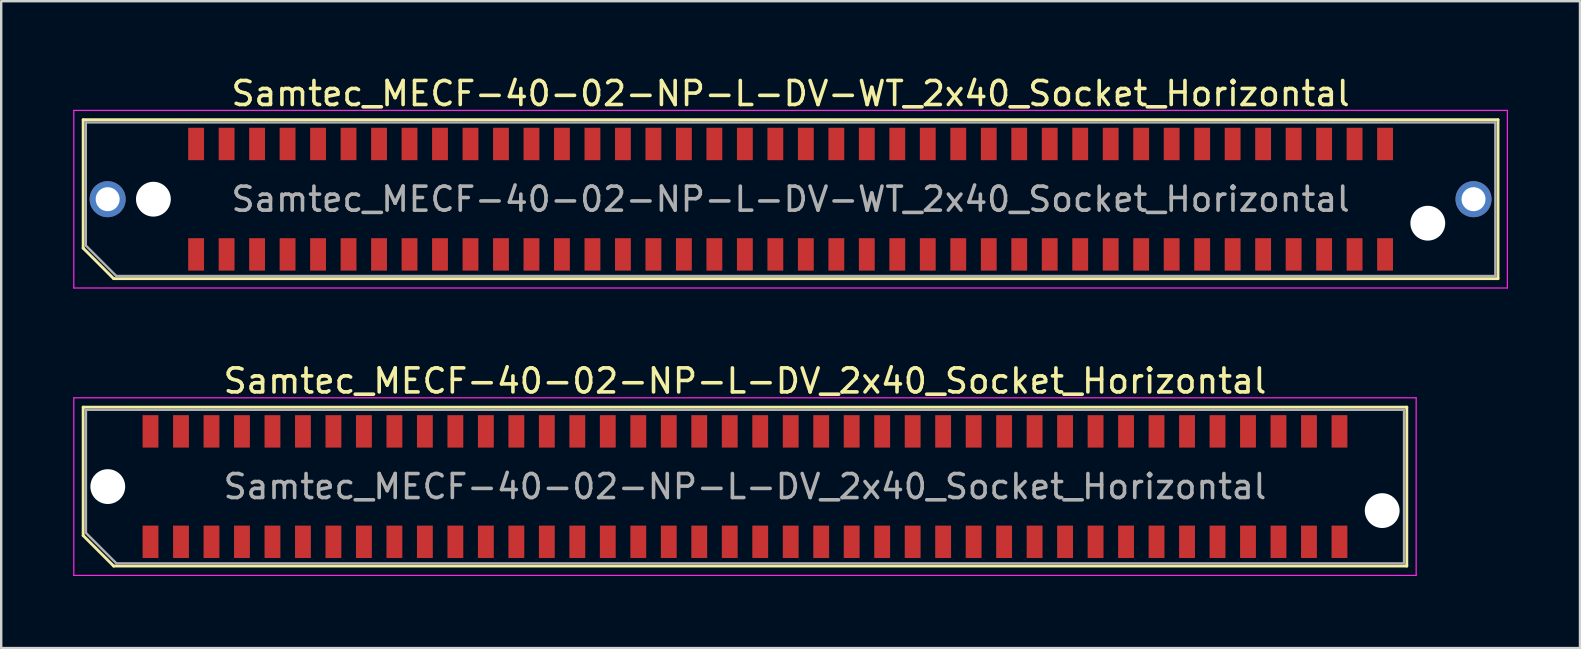
<source format=kicad_pcb>
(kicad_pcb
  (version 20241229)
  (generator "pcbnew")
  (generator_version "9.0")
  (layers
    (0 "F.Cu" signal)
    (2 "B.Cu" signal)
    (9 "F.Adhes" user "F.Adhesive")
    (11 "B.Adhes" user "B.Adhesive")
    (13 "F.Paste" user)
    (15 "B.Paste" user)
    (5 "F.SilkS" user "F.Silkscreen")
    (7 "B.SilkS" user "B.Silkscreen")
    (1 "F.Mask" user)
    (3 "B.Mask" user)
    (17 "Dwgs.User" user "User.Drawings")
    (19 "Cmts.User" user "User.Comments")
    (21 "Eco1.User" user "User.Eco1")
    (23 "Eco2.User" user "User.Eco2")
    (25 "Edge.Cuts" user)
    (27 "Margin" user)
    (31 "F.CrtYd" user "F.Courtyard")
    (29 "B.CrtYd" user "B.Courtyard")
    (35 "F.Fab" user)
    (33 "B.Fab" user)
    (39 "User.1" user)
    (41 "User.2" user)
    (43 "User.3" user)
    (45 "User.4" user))
  (footprint "Samtec_MECF-40-02-NP-L-DV_2x40_Socket_Horizontal"
    (layer "F.Cu")
    (at 27.985 17.221)
    (property "Reference" "Samtec_MECF-40-02-NP-L-DV_2x40_Socket_Horizontal" (at 0 -4.4 0) (layer "F.SilkS") (effects (font (size 1 1) (thickness 0.15))))
    (attr smd)
    (fp_line (start -27.57 -3.31) (end 27.57 -3.31) (stroke (width 0.12) (type solid)) (layer "F.SilkS"))
    (fp_line (start -27.57 2.04) (end -27.57 -3.31) (stroke (width 0.12) (type solid)) (layer "F.SilkS"))
    (fp_line (start -26.3 3.31) (end -27.57 2.04) (stroke (width 0.12) (type solid)) (layer "F.SilkS"))
    (fp_line (start -26.3 3.31) (end 27.57 3.31) (stroke (width 0.12) (type solid)) (layer "F.SilkS"))
    (fp_line (start 27.57 3.31) (end 27.57 -3.31) (stroke (width 0.12) (type solid)) (layer "F.SilkS"))
    (fp_line (start -27.96 -3.7) (end -27.96 3.7) (stroke (width 0.05) (type solid)) (layer "F.CrtYd"))
    (fp_line (start -27.96 3.7) (end 27.96 3.7) (stroke (width 0.05) (type solid)) (layer "F.CrtYd"))
    (fp_line (start 27.96 -3.7) (end -27.96 -3.7) (stroke (width 0.05) (type solid)) (layer "F.CrtYd"))
    (fp_line (start 27.96 3.7) (end 27.96 -3.7) (stroke (width 0.05) (type solid)) (layer "F.CrtYd"))
    (fp_line (start -27.455 -3.2) (end 27.455 -3.2) (stroke (width 0.1) (type solid)) (layer "F.Fab"))
    (fp_line (start -27.455 1.93) (end -27.455 -3.2) (stroke (width 0.1) (type solid)) (layer "F.Fab"))
    (fp_line (start -27.455 1.93) (end -26.185 3.2) (stroke (width 0.1) (type solid)) (layer "F.Fab"))
    (fp_line (start -26.185 3.2) (end 27.455 3.2) (stroke (width 0.1) (type solid)) (layer "F.Fab"))
    (fp_line (start 27.455 3.2) (end 27.455 -3.2) (stroke (width 0.1) (type solid)) (layer "F.Fab"))
    (fp_text user "${REFERENCE}" (at 0 0 0) (layer "F.Fab") (effects (font (size 1 1) (thickness 0.15))))
    (pad "" np_thru_hole circle (at -26.545 0) (size 1.45 1.45) (drill 1.45) (layers "*.Cu" "*.Mask"))
    (pad "" np_thru_hole circle (at 26.545 1) (size 1.45 1.45) (drill 1.45) (layers "*.Cu" "*.Mask"))
    (pad "1" smd rect (at -24.765 2.3) (size 0.66 1.35) (layers "F.Cu" "F.Mask" "F.Paste"))
    (pad "2" smd rect (at -24.765 -2.3) (size 0.66 1.35) (layers "F.Cu" "F.Mask" "F.Paste"))
    (pad "3" smd rect (at -23.495 2.3) (size 0.66 1.35) (layers "F.Cu" "F.Mask" "F.Paste"))
    (pad "4" smd rect (at -23.495 -2.3) (size 0.66 1.35) (layers "F.Cu" "F.Mask" "F.Paste"))
    (pad "5" smd rect (at -22.225 2.3) (size 0.66 1.35) (layers "F.Cu" "F.Mask" "F.Paste"))
    (pad "6" smd rect (at -22.225 -2.3) (size 0.66 1.35) (layers "F.Cu" "F.Mask" "F.Paste"))
    (pad "7" smd rect (at -20.955 2.3) (size 0.66 1.35) (layers "F.Cu" "F.Mask" "F.Paste"))
    (pad "8" smd rect (at -20.955 -2.3) (size 0.66 1.35) (layers "F.Cu" "F.Mask" "F.Paste"))
    (pad "9" smd rect (at -19.685 2.3) (size 0.66 1.35) (layers "F.Cu" "F.Mask" "F.Paste"))
    (pad "10" smd rect (at -19.685 -2.3) (size 0.66 1.35) (layers "F.Cu" "F.Mask" "F.Paste"))
    (pad "11" smd rect (at -18.415 2.3) (size 0.66 1.35) (layers "F.Cu" "F.Mask" "F.Paste"))
    (pad "12" smd rect (at -18.415 -2.3) (size 0.66 1.35) (layers "F.Cu" "F.Mask" "F.Paste"))
    (pad "13" smd rect (at -17.145 2.3) (size 0.66 1.35) (layers "F.Cu" "F.Mask" "F.Paste"))
    (pad "14" smd rect (at -17.145 -2.3) (size 0.66 1.35) (layers "F.Cu" "F.Mask" "F.Paste"))
    (pad "15" smd rect (at -15.875 2.3) (size 0.66 1.35) (layers "F.Cu" "F.Mask" "F.Paste"))
    (pad "16" smd rect (at -15.875 -2.3) (size 0.66 1.35) (layers "F.Cu" "F.Mask" "F.Paste"))
    (pad "17" smd rect (at -14.605 2.3) (size 0.66 1.35) (layers "F.Cu" "F.Mask" "F.Paste"))
    (pad "18" smd rect (at -14.605 -2.3) (size 0.66 1.35) (layers "F.Cu" "F.Mask" "F.Paste"))
    (pad "19" smd rect (at -13.335 2.3) (size 0.66 1.35) (layers "F.Cu" "F.Mask" "F.Paste"))
    (pad "20" smd rect (at -13.335 -2.3) (size 0.66 1.35) (layers "F.Cu" "F.Mask" "F.Paste"))
    (pad "21" smd rect (at -12.065 2.3) (size 0.66 1.35) (layers "F.Cu" "F.Mask" "F.Paste"))
    (pad "22" smd rect (at -12.065 -2.3) (size 0.66 1.35) (layers "F.Cu" "F.Mask" "F.Paste"))
    (pad "23" smd rect (at -10.795 2.3) (size 0.66 1.35) (layers "F.Cu" "F.Mask" "F.Paste"))
    (pad "24" smd rect (at -10.795 -2.3) (size 0.66 1.35) (layers "F.Cu" "F.Mask" "F.Paste"))
    (pad "25" smd rect (at -9.525 2.3) (size 0.66 1.35) (layers "F.Cu" "F.Mask" "F.Paste"))
    (pad "26" smd rect (at -9.525 -2.3) (size 0.66 1.35) (layers "F.Cu" "F.Mask" "F.Paste"))
    (pad "27" smd rect (at -8.255 2.3) (size 0.66 1.35) (layers "F.Cu" "F.Mask" "F.Paste"))
    (pad "28" smd rect (at -8.255 -2.3) (size 0.66 1.35) (layers "F.Cu" "F.Mask" "F.Paste"))
    (pad "29" smd rect (at -6.985 2.3) (size 0.66 1.35) (layers "F.Cu" "F.Mask" "F.Paste"))
    (pad "30" smd rect (at -6.985 -2.3) (size 0.66 1.35) (layers "F.Cu" "F.Mask" "F.Paste"))
    (pad "31" smd rect (at -5.715 2.3) (size 0.66 1.35) (layers "F.Cu" "F.Mask" "F.Paste"))
    (pad "32" smd rect (at -5.715 -2.3) (size 0.66 1.35) (layers "F.Cu" "F.Mask" "F.Paste"))
    (pad "33" smd rect (at -4.445 2.3) (size 0.66 1.35) (layers "F.Cu" "F.Mask" "F.Paste"))
    (pad "34" smd rect (at -4.445 -2.3) (size 0.66 1.35) (layers "F.Cu" "F.Mask" "F.Paste"))
    (pad "35" smd rect (at -3.175 2.3) (size 0.66 1.35) (layers "F.Cu" "F.Mask" "F.Paste"))
    (pad "36" smd rect (at -3.175 -2.3) (size 0.66 1.35) (layers "F.Cu" "F.Mask" "F.Paste"))
    (pad "37" smd rect (at -1.905 2.3) (size 0.66 1.35) (layers "F.Cu" "F.Mask" "F.Paste"))
    (pad "38" smd rect (at -1.905 -2.3) (size 0.66 1.35) (layers "F.Cu" "F.Mask" "F.Paste"))
    (pad "39" smd rect (at -0.635 2.3) (size 0.66 1.35) (layers "F.Cu" "F.Mask" "F.Paste"))
    (pad "40" smd rect (at -0.635 -2.3) (size 0.66 1.35) (layers "F.Cu" "F.Mask" "F.Paste"))
    (pad "41" smd rect (at 0.635 2.3) (size 0.66 1.35) (layers "F.Cu" "F.Mask" "F.Paste"))
    (pad "42" smd rect (at 0.635 -2.3) (size 0.66 1.35) (layers "F.Cu" "F.Mask" "F.Paste"))
    (pad "43" smd rect (at 1.905 2.3) (size 0.66 1.35) (layers "F.Cu" "F.Mask" "F.Paste"))
    (pad "44" smd rect (at 1.905 -2.3) (size 0.66 1.35) (layers "F.Cu" "F.Mask" "F.Paste"))
    (pad "45" smd rect (at 3.175 2.3) (size 0.66 1.35) (layers "F.Cu" "F.Mask" "F.Paste"))
    (pad "46" smd rect (at 3.175 -2.3) (size 0.66 1.35) (layers "F.Cu" "F.Mask" "F.Paste"))
    (pad "47" smd rect (at 4.445 2.3) (size 0.66 1.35) (layers "F.Cu" "F.Mask" "F.Paste"))
    (pad "48" smd rect (at 4.445 -2.3) (size 0.66 1.35) (layers "F.Cu" "F.Mask" "F.Paste"))
    (pad "49" smd rect (at 5.715 2.3) (size 0.66 1.35) (layers "F.Cu" "F.Mask" "F.Paste"))
    (pad "50" smd rect (at 5.715 -2.3) (size 0.66 1.35) (layers "F.Cu" "F.Mask" "F.Paste"))
    (pad "51" smd rect (at 6.985 2.3) (size 0.66 1.35) (layers "F.Cu" "F.Mask" "F.Paste"))
    (pad "52" smd rect (at 6.985 -2.3) (size 0.66 1.35) (layers "F.Cu" "F.Mask" "F.Paste"))
    (pad "53" smd rect (at 8.255 2.3) (size 0.66 1.35) (layers "F.Cu" "F.Mask" "F.Paste"))
    (pad "54" smd rect (at 8.255 -2.3) (size 0.66 1.35) (layers "F.Cu" "F.Mask" "F.Paste"))
    (pad "55" smd rect (at 9.525 2.3) (size 0.66 1.35) (layers "F.Cu" "F.Mask" "F.Paste"))
    (pad "56" smd rect (at 9.525 -2.3) (size 0.66 1.35) (layers "F.Cu" "F.Mask" "F.Paste"))
    (pad "57" smd rect (at 10.795 2.3) (size 0.66 1.35) (layers "F.Cu" "F.Mask" "F.Paste"))
    (pad "58" smd rect (at 10.795 -2.3) (size 0.66 1.35) (layers "F.Cu" "F.Mask" "F.Paste"))
    (pad "59" smd rect (at 12.065 2.3) (size 0.66 1.35) (layers "F.Cu" "F.Mask" "F.Paste"))
    (pad "60" smd rect (at 12.065 -2.3) (size 0.66 1.35) (layers "F.Cu" "F.Mask" "F.Paste"))
    (pad "61" smd rect (at 13.335 2.3) (size 0.66 1.35) (layers "F.Cu" "F.Mask" "F.Paste"))
    (pad "62" smd rect (at 13.335 -2.3) (size 0.66 1.35) (layers "F.Cu" "F.Mask" "F.Paste"))
    (pad "63" smd rect (at 14.605 2.3) (size 0.66 1.35) (layers "F.Cu" "F.Mask" "F.Paste"))
    (pad "64" smd rect (at 14.605 -2.3) (size 0.66 1.35) (layers "F.Cu" "F.Mask" "F.Paste"))
    (pad "65" smd rect (at 15.875 2.3) (size 0.66 1.35) (layers "F.Cu" "F.Mask" "F.Paste"))
    (pad "66" smd rect (at 15.875 -2.3) (size 0.66 1.35) (layers "F.Cu" "F.Mask" "F.Paste"))
    (pad "67" smd rect (at 17.145 2.3) (size 0.66 1.35) (layers "F.Cu" "F.Mask" "F.Paste"))
    (pad "68" smd rect (at 17.145 -2.3) (size 0.66 1.35) (layers "F.Cu" "F.Mask" "F.Paste"))
    (pad "69" smd rect (at 18.415 2.3) (size 0.66 1.35) (layers "F.Cu" "F.Mask" "F.Paste"))
    (pad "70" smd rect (at 18.415 -2.3) (size 0.66 1.35) (layers "F.Cu" "F.Mask" "F.Paste"))
    (pad "71" smd rect (at 19.685 2.3) (size 0.66 1.35) (layers "F.Cu" "F.Mask" "F.Paste"))
    (pad "72" smd rect (at 19.685 -2.3) (size 0.66 1.35) (layers "F.Cu" "F.Mask" "F.Paste"))
    (pad "73" smd rect (at 20.955 2.3) (size 0.66 1.35) (layers "F.Cu" "F.Mask" "F.Paste"))
    (pad "74" smd rect (at 20.955 -2.3) (size 0.66 1.35) (layers "F.Cu" "F.Mask" "F.Paste"))
    (pad "75" smd rect (at 22.225 2.3) (size 0.66 1.35) (layers "F.Cu" "F.Mask" "F.Paste"))
    (pad "76" smd rect (at 22.225 -2.3) (size 0.66 1.35) (layers "F.Cu" "F.Mask" "F.Paste"))
    (pad "77" smd rect (at 23.495 2.3) (size 0.66 1.35) (layers "F.Cu" "F.Mask" "F.Paste"))
    (pad "78" smd rect (at 23.495 -2.3) (size 0.66 1.35) (layers "F.Cu" "F.Mask" "F.Paste"))
    (pad "79" smd rect (at 24.765 2.3) (size 0.66 1.35) (layers "F.Cu" "F.Mask" "F.Paste"))
    (pad "80" smd rect (at 24.765 -2.3) (size 0.66 1.35) (layers "F.Cu" "F.Mask" "F.Paste")))
  (footprint "Samtec_MECF-40-02-NP-L-DV-WT_2x40_Socket_Horizontal"
    (layer "F.Cu")
    (at 29.885 5.248)
    (property "Reference" "Samtec_MECF-40-02-NP-L-DV-WT_2x40_Socket_Horizontal" (at 0 -4.4 0) (layer "F.SilkS") (effects (font (size 1 1) (thickness 0.15))))
    (attr smd)
    (fp_line (start -29.47 -3.31) (end 29.47 -3.31) (stroke (width 0.12) (type solid)) (layer "F.SilkS"))
    (fp_line (start -29.47 2.04) (end -29.47 -3.31) (stroke (width 0.12) (type solid)) (layer "F.SilkS"))
    (fp_line (start -28.2 3.31) (end -29.47 2.04) (stroke (width 0.12) (type solid)) (layer "F.SilkS"))
    (fp_line (start -28.2 3.31) (end 29.47 3.31) (stroke (width 0.12) (type solid)) (layer "F.SilkS"))
    (fp_line (start 29.47 3.31) (end 29.47 -3.31) (stroke (width 0.12) (type solid)) (layer "F.SilkS"))
    (fp_line (start -29.86 -3.7) (end -29.86 3.7) (stroke (width 0.05) (type solid)) (layer "F.CrtYd"))
    (fp_line (start -29.86 3.7) (end 29.86 3.7) (stroke (width 0.05) (type solid)) (layer "F.CrtYd"))
    (fp_line (start 29.86 -3.7) (end -29.86 -3.7) (stroke (width 0.05) (type solid)) (layer "F.CrtYd"))
    (fp_line (start 29.86 3.7) (end 29.86 -3.7) (stroke (width 0.05) (type solid)) (layer "F.CrtYd"))
    (fp_line (start -29.36 -3.2) (end 29.36 -3.2) (stroke (width 0.1) (type solid)) (layer "F.Fab"))
    (fp_line (start -29.36 1.93) (end -29.36 -3.2) (stroke (width 0.1) (type solid)) (layer "F.Fab"))
    (fp_line (start -29.36 1.93) (end -28.09 3.2) (stroke (width 0.1) (type solid)) (layer "F.Fab"))
    (fp_line (start -28.09 3.2) (end 29.36 3.2) (stroke (width 0.1) (type solid)) (layer "F.Fab"))
    (fp_line (start 29.36 3.2) (end 29.36 -3.2) (stroke (width 0.1) (type solid)) (layer "F.Fab"))
    (fp_text user "${REFERENCE}" (at 0 0 0) (layer "F.Fab") (effects (font (size 1 1) (thickness 0.15))))
    (pad "" thru_hole circle (at -28.45 0) (size 1.5 1.5) (drill 1) (layers "*.Cu" "*.Mask"))
    (pad "" np_thru_hole circle (at -26.545 0) (size 1.45 1.45) (drill 1.45) (layers "*.Cu" "*.Mask"))
    (pad "" np_thru_hole circle (at 26.545 1) (size 1.45 1.45) (drill 1.45) (layers "*.Cu" "*.Mask"))
    (pad "" thru_hole circle (at 28.45 0) (size 1.5 1.5) (drill 1) (layers "*.Cu" "*.Mask"))
    (pad "1" smd rect (at -24.765 2.3) (size 0.66 1.35) (layers "F.Cu" "F.Mask" "F.Paste"))
    (pad "2" smd rect (at -24.765 -2.3) (size 0.66 1.35) (layers "F.Cu" "F.Mask" "F.Paste"))
    (pad "3" smd rect (at -23.495 2.3) (size 0.66 1.35) (layers "F.Cu" "F.Mask" "F.Paste"))
    (pad "4" smd rect (at -23.495 -2.3) (size 0.66 1.35) (layers "F.Cu" "F.Mask" "F.Paste"))
    (pad "5" smd rect (at -22.225 2.3) (size 0.66 1.35) (layers "F.Cu" "F.Mask" "F.Paste"))
    (pad "6" smd rect (at -22.225 -2.3) (size 0.66 1.35) (layers "F.Cu" "F.Mask" "F.Paste"))
    (pad "7" smd rect (at -20.955 2.3) (size 0.66 1.35) (layers "F.Cu" "F.Mask" "F.Paste"))
    (pad "8" smd rect (at -20.955 -2.3) (size 0.66 1.35) (layers "F.Cu" "F.Mask" "F.Paste"))
    (pad "9" smd rect (at -19.685 2.3) (size 0.66 1.35) (layers "F.Cu" "F.Mask" "F.Paste"))
    (pad "10" smd rect (at -19.685 -2.3) (size 0.66 1.35) (layers "F.Cu" "F.Mask" "F.Paste"))
    (pad "11" smd rect (at -18.415 2.3) (size 0.66 1.35) (layers "F.Cu" "F.Mask" "F.Paste"))
    (pad "12" smd rect (at -18.415 -2.3) (size 0.66 1.35) (layers "F.Cu" "F.Mask" "F.Paste"))
    (pad "13" smd rect (at -17.145 2.3) (size 0.66 1.35) (layers "F.Cu" "F.Mask" "F.Paste"))
    (pad "14" smd rect (at -17.145 -2.3) (size 0.66 1.35) (layers "F.Cu" "F.Mask" "F.Paste"))
    (pad "15" smd rect (at -15.875 2.3) (size 0.66 1.35) (layers "F.Cu" "F.Mask" "F.Paste"))
    (pad "16" smd rect (at -15.875 -2.3) (size 0.66 1.35) (layers "F.Cu" "F.Mask" "F.Paste"))
    (pad "17" smd rect (at -14.605 2.3) (size 0.66 1.35) (layers "F.Cu" "F.Mask" "F.Paste"))
    (pad "18" smd rect (at -14.605 -2.3) (size 0.66 1.35) (layers "F.Cu" "F.Mask" "F.Paste"))
    (pad "19" smd rect (at -13.335 2.3) (size 0.66 1.35) (layers "F.Cu" "F.Mask" "F.Paste"))
    (pad "20" smd rect (at -13.335 -2.3) (size 0.66 1.35) (layers "F.Cu" "F.Mask" "F.Paste"))
    (pad "21" smd rect (at -12.065 2.3) (size 0.66 1.35) (layers "F.Cu" "F.Mask" "F.Paste"))
    (pad "22" smd rect (at -12.065 -2.3) (size 0.66 1.35) (layers "F.Cu" "F.Mask" "F.Paste"))
    (pad "23" smd rect (at -10.795 2.3) (size 0.66 1.35) (layers "F.Cu" "F.Mask" "F.Paste"))
    (pad "24" smd rect (at -10.795 -2.3) (size 0.66 1.35) (layers "F.Cu" "F.Mask" "F.Paste"))
    (pad "25" smd rect (at -9.525 2.3) (size 0.66 1.35) (layers "F.Cu" "F.Mask" "F.Paste"))
    (pad "26" smd rect (at -9.525 -2.3) (size 0.66 1.35) (layers "F.Cu" "F.Mask" "F.Paste"))
    (pad "27" smd rect (at -8.255 2.3) (size 0.66 1.35) (layers "F.Cu" "F.Mask" "F.Paste"))
    (pad "28" smd rect (at -8.255 -2.3) (size 0.66 1.35) (layers "F.Cu" "F.Mask" "F.Paste"))
    (pad "29" smd rect (at -6.985 2.3) (size 0.66 1.35) (layers "F.Cu" "F.Mask" "F.Paste"))
    (pad "30" smd rect (at -6.985 -2.3) (size 0.66 1.35) (layers "F.Cu" "F.Mask" "F.Paste"))
    (pad "31" smd rect (at -5.715 2.3) (size 0.66 1.35) (layers "F.Cu" "F.Mask" "F.Paste"))
    (pad "32" smd rect (at -5.715 -2.3) (size 0.66 1.35) (layers "F.Cu" "F.Mask" "F.Paste"))
    (pad "33" smd rect (at -4.445 2.3) (size 0.66 1.35) (layers "F.Cu" "F.Mask" "F.Paste"))
    (pad "34" smd rect (at -4.445 -2.3) (size 0.66 1.35) (layers "F.Cu" "F.Mask" "F.Paste"))
    (pad "35" smd rect (at -3.175 2.3) (size 0.66 1.35) (layers "F.Cu" "F.Mask" "F.Paste"))
    (pad "36" smd rect (at -3.175 -2.3) (size 0.66 1.35) (layers "F.Cu" "F.Mask" "F.Paste"))
    (pad "37" smd rect (at -1.905 2.3) (size 0.66 1.35) (layers "F.Cu" "F.Mask" "F.Paste"))
    (pad "38" smd rect (at -1.905 -2.3) (size 0.66 1.35) (layers "F.Cu" "F.Mask" "F.Paste"))
    (pad "39" smd rect (at -0.635 2.3) (size 0.66 1.35) (layers "F.Cu" "F.Mask" "F.Paste"))
    (pad "40" smd rect (at -0.635 -2.3) (size 0.66 1.35) (layers "F.Cu" "F.Mask" "F.Paste"))
    (pad "41" smd rect (at 0.635 2.3) (size 0.66 1.35) (layers "F.Cu" "F.Mask" "F.Paste"))
    (pad "42" smd rect (at 0.635 -2.3) (size 0.66 1.35) (layers "F.Cu" "F.Mask" "F.Paste"))
    (pad "43" smd rect (at 1.905 2.3) (size 0.66 1.35) (layers "F.Cu" "F.Mask" "F.Paste"))
    (pad "44" smd rect (at 1.905 -2.3) (size 0.66 1.35) (layers "F.Cu" "F.Mask" "F.Paste"))
    (pad "45" smd rect (at 3.175 2.3) (size 0.66 1.35) (layers "F.Cu" "F.Mask" "F.Paste"))
    (pad "46" smd rect (at 3.175 -2.3) (size 0.66 1.35) (layers "F.Cu" "F.Mask" "F.Paste"))
    (pad "47" smd rect (at 4.445 2.3) (size 0.66 1.35) (layers "F.Cu" "F.Mask" "F.Paste"))
    (pad "48" smd rect (at 4.445 -2.3) (size 0.66 1.35) (layers "F.Cu" "F.Mask" "F.Paste"))
    (pad "49" smd rect (at 5.715 2.3) (size 0.66 1.35) (layers "F.Cu" "F.Mask" "F.Paste"))
    (pad "50" smd rect (at 5.715 -2.3) (size 0.66 1.35) (layers "F.Cu" "F.Mask" "F.Paste"))
    (pad "51" smd rect (at 6.985 2.3) (size 0.66 1.35) (layers "F.Cu" "F.Mask" "F.Paste"))
    (pad "52" smd rect (at 6.985 -2.3) (size 0.66 1.35) (layers "F.Cu" "F.Mask" "F.Paste"))
    (pad "53" smd rect (at 8.255 2.3) (size 0.66 1.35) (layers "F.Cu" "F.Mask" "F.Paste"))
    (pad "54" smd rect (at 8.255 -2.3) (size 0.66 1.35) (layers "F.Cu" "F.Mask" "F.Paste"))
    (pad "55" smd rect (at 9.525 2.3) (size 0.66 1.35) (layers "F.Cu" "F.Mask" "F.Paste"))
    (pad "56" smd rect (at 9.525 -2.3) (size 0.66 1.35) (layers "F.Cu" "F.Mask" "F.Paste"))
    (pad "57" smd rect (at 10.795 2.3) (size 0.66 1.35) (layers "F.Cu" "F.Mask" "F.Paste"))
    (pad "58" smd rect (at 10.795 -2.3) (size 0.66 1.35) (layers "F.Cu" "F.Mask" "F.Paste"))
    (pad "59" smd rect (at 12.065 2.3) (size 0.66 1.35) (layers "F.Cu" "F.Mask" "F.Paste"))
    (pad "60" smd rect (at 12.065 -2.3) (size 0.66 1.35) (layers "F.Cu" "F.Mask" "F.Paste"))
    (pad "61" smd rect (at 13.335 2.3) (size 0.66 1.35) (layers "F.Cu" "F.Mask" "F.Paste"))
    (pad "62" smd rect (at 13.335 -2.3) (size 0.66 1.35) (layers "F.Cu" "F.Mask" "F.Paste"))
    (pad "63" smd rect (at 14.605 2.3) (size 0.66 1.35) (layers "F.Cu" "F.Mask" "F.Paste"))
    (pad "64" smd rect (at 14.605 -2.3) (size 0.66 1.35) (layers "F.Cu" "F.Mask" "F.Paste"))
    (pad "65" smd rect (at 15.875 2.3) (size 0.66 1.35) (layers "F.Cu" "F.Mask" "F.Paste"))
    (pad "66" smd rect (at 15.875 -2.3) (size 0.66 1.35) (layers "F.Cu" "F.Mask" "F.Paste"))
    (pad "67" smd rect (at 17.145 2.3) (size 0.66 1.35) (layers "F.Cu" "F.Mask" "F.Paste"))
    (pad "68" smd rect (at 17.145 -2.3) (size 0.66 1.35) (layers "F.Cu" "F.Mask" "F.Paste"))
    (pad "69" smd rect (at 18.415 2.3) (size 0.66 1.35) (layers "F.Cu" "F.Mask" "F.Paste"))
    (pad "70" smd rect (at 18.415 -2.3) (size 0.66 1.35) (layers "F.Cu" "F.Mask" "F.Paste"))
    (pad "71" smd rect (at 19.685 2.3) (size 0.66 1.35) (layers "F.Cu" "F.Mask" "F.Paste"))
    (pad "72" smd rect (at 19.685 -2.3) (size 0.66 1.35) (layers "F.Cu" "F.Mask" "F.Paste"))
    (pad "73" smd rect (at 20.955 2.3) (size 0.66 1.35) (layers "F.Cu" "F.Mask" "F.Paste"))
    (pad "74" smd rect (at 20.955 -2.3) (size 0.66 1.35) (layers "F.Cu" "F.Mask" "F.Paste"))
    (pad "75" smd rect (at 22.225 2.3) (size 0.66 1.35) (layers "F.Cu" "F.Mask" "F.Paste"))
    (pad "76" smd rect (at 22.225 -2.3) (size 0.66 1.35) (layers "F.Cu" "F.Mask" "F.Paste"))
    (pad "77" smd rect (at 23.495 2.3) (size 0.66 1.35) (layers "F.Cu" "F.Mask" "F.Paste"))
    (pad "78" smd rect (at 23.495 -2.3) (size 0.66 1.35) (layers "F.Cu" "F.Mask" "F.Paste"))
    (pad "79" smd rect (at 24.765 2.3) (size 0.66 1.35) (layers "F.Cu" "F.Mask" "F.Paste"))
    (pad "80" smd rect (at 24.765 -2.3) (size 0.66 1.35) (layers "F.Cu" "F.Mask" "F.Paste")))
  (gr_rect
    (start -3 -3)
    (end 62.77 23.947)
    (stroke (width 0.1) (type default))
    (fill no)
    (layer "Edge.Cuts")))
</source>
